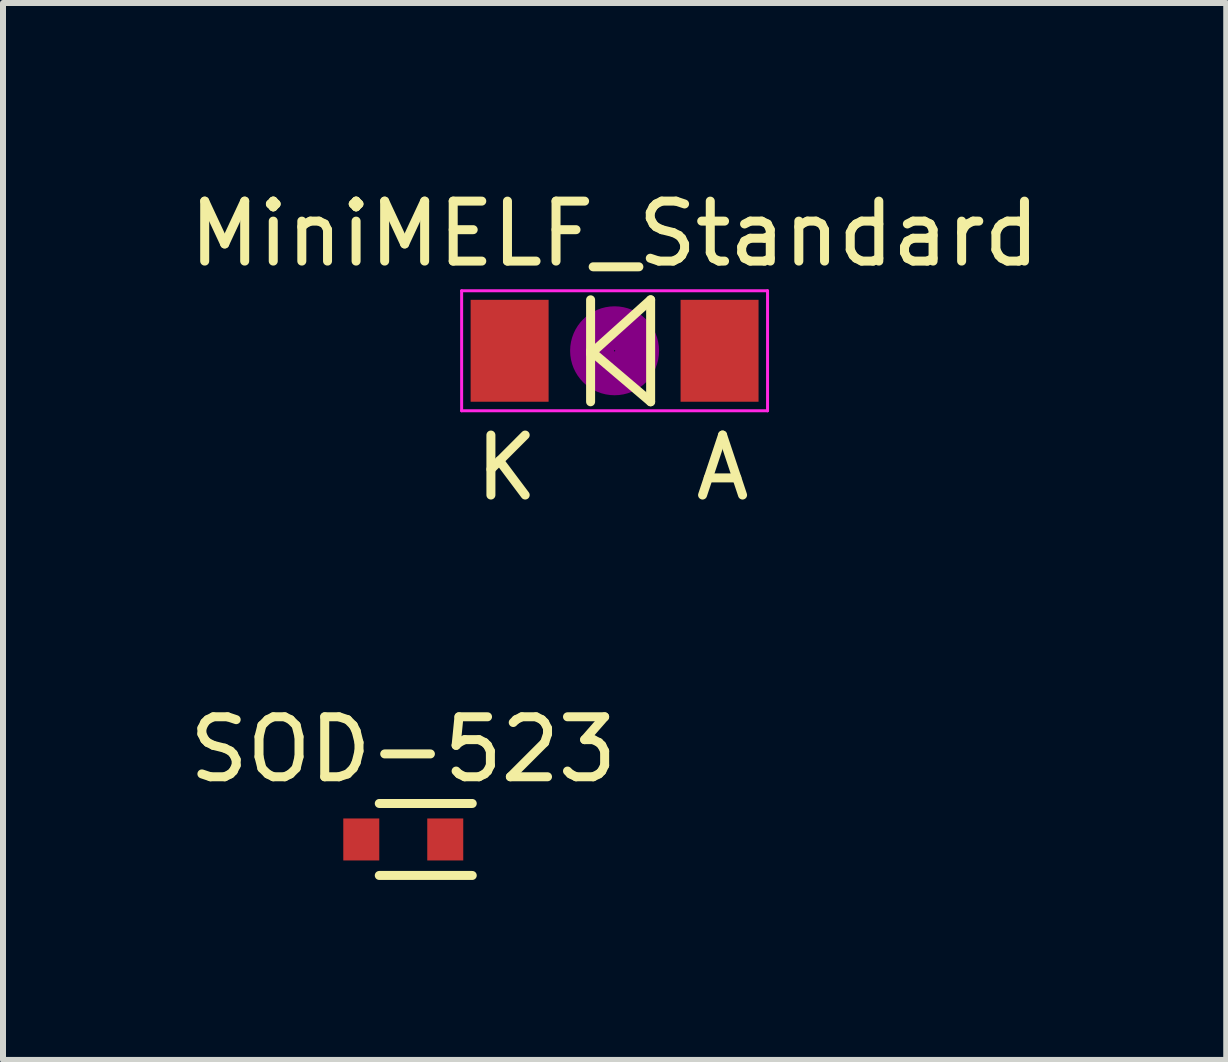
<source format=kicad_pcb>
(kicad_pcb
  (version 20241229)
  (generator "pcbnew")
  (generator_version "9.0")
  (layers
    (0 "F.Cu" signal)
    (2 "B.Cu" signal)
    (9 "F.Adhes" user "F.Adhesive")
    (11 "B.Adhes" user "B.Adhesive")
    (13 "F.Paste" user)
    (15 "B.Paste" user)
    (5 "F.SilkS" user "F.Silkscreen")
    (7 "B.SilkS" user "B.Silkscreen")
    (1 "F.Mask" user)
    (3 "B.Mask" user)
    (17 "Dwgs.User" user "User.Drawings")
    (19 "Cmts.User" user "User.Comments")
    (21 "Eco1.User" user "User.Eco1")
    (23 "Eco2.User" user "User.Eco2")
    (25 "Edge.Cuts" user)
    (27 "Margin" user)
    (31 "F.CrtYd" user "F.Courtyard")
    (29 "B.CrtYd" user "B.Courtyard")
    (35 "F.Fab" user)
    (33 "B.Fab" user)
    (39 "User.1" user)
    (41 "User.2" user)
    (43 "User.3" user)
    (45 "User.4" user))
  (footprint "SOD-523"
    (layer "F.Cu")
    (at 3.673 10.945)
    (property "Reference" "SOD-523" (at 0 -1.5 0) (layer "F.SilkS") (effects (font (size 1 1) (thickness 0.15))))
    (attr smd)
    (fp_line (start -0.4 -0.6) (end 1.15 -0.6) (stroke (width 0.15) (type solid)) (layer "F.SilkS"))
    (fp_line (start -0.4 0.6) (end 1.15 0.6) (stroke (width 0.15) (type solid)) (layer "F.SilkS"))
    (pad "1" smd rect (at 0.7 0) (size 0.6 0.7) (layers "F.Cu" "F.Mask" "F.Paste"))
    (pad "2" smd rect (at -0.7 0) (size 0.6 0.7) (layers "F.Cu" "F.Mask" "F.Paste")))
  (footprint "MiniMELF_Standard"
    (layer "F.Cu")
    (at 7.196 2.798)
    (property "Reference" "MiniMELF_Standard" (at 0 -1.95 0) (layer "F.SilkS") (effects (font (size 1 1) (thickness 0.15))))
    (attr smd)
    (fp_line (start -0.4 -0.85) (end -0.4 0.85) (stroke (width 0.15) (type solid)) (layer "F.SilkS"))
    (fp_line (start -0.4 0.051) (end 0.601 -0.85) (stroke (width 0.15) (type solid)) (layer "F.SilkS"))
    (fp_line (start 0.601 -0.85) (end 0.601 0.85) (stroke (width 0.15) (type solid)) (layer "F.SilkS"))
    (fp_line (start 0.601 0.85) (end -0.4 0) (stroke (width 0.15) (type solid)) (layer "F.SilkS"))
    (fp_circle (center 0 0) (end 0 0.201) (stroke (width 0.381) (type solid)) (fill no) (layer "F.Adhes"))
    (fp_circle (center 0 0) (end 0 0.551) (stroke (width 0.381) (type solid)) (fill no) (layer "F.Adhes"))
    (fp_line (start -2.55 -1) (end 2.55 -1) (stroke (width 0.05) (type solid)) (layer "F.CrtYd"))
    (fp_line (start -2.55 1) (end -2.55 -1) (stroke (width 0.05) (type solid)) (layer "F.CrtYd"))
    (fp_line (start 2.55 -1) (end 2.55 1) (stroke (width 0.05) (type solid)) (layer "F.CrtYd"))
    (fp_line (start 2.55 1) (end -2.55 1) (stroke (width 0.05) (type solid)) (layer "F.CrtYd"))
    (fp_text user "K" (at -1.8 1.95 0) (layer "F.SilkS") (effects (font (size 1 1) (thickness 0.15))))
    (fp_text user "A" (at 1.8 1.95 0) (layer "F.SilkS") (effects (font (size 1 1) (thickness 0.15))))
    (pad "1" smd rect (at -1.75 0) (size 1.3 1.699) (layers "F.Cu" "F.Mask" "F.Paste"))
    (pad "2" smd rect (at 1.75 0) (size 1.3 1.699) (layers "F.Cu" "F.Mask" "F.Paste")))
  (gr_rect
    (start -3 -3)
    (end 17.393 14.62)
    (stroke (width 0.1) (type default))
    (fill no)
    (layer "Edge.Cuts")))
</source>
